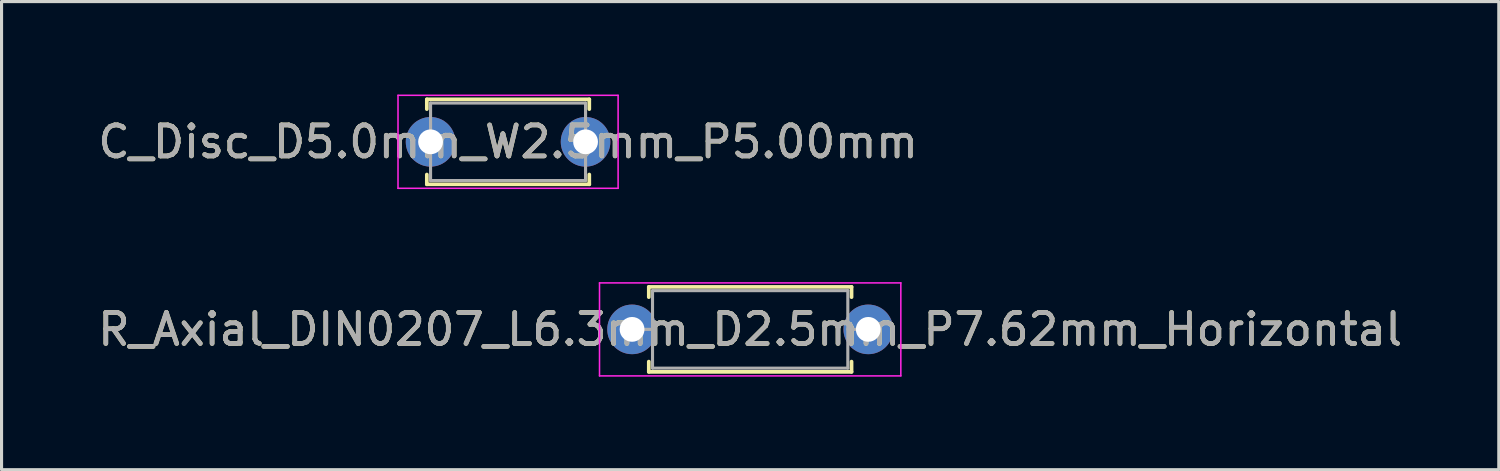
<source format=kicad_pcb>
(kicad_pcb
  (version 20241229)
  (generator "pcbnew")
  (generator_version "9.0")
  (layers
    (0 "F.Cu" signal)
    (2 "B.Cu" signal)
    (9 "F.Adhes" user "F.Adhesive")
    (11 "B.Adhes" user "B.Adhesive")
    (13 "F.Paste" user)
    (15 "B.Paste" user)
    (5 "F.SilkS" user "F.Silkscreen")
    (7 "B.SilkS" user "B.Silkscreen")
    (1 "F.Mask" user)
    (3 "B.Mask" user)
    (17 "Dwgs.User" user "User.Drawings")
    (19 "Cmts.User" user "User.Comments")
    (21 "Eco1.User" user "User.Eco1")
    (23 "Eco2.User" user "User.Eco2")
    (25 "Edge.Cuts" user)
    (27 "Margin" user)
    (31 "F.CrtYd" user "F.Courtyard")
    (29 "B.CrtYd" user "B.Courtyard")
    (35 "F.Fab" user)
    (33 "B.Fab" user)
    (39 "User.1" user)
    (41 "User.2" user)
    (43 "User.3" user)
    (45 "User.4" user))
  (footprint "C_Disc_D5.0mm_W2.5mm_P5.00mm"
    (layer "F.Cu")
    (at 10.839 1.525)
    (property "Reference" "C_Disc_D5.0mm_W2.5mm_P5.00mm" (at 2.5 0 180) (layer "F.SilkS") (effects (font (size 1 1) (thickness 0.15))))
    (attr through_hole)
    (fp_line (start -0.12 -1.37) (end -0.12 -1.055) (stroke (width 0.12) (type solid)) (layer "F.SilkS"))
    (fp_line (start -0.12 -1.37) (end 5.12 -1.37) (stroke (width 0.12) (type solid)) (layer "F.SilkS"))
    (fp_line (start -0.12 1.055) (end -0.12 1.37) (stroke (width 0.12) (type solid)) (layer "F.SilkS"))
    (fp_line (start -0.12 1.37) (end 5.12 1.37) (stroke (width 0.12) (type solid)) (layer "F.SilkS"))
    (fp_line (start 5.12 -1.37) (end 5.12 -1.055) (stroke (width 0.12) (type solid)) (layer "F.SilkS"))
    (fp_line (start 5.12 1.055) (end 5.12 1.37) (stroke (width 0.12) (type solid)) (layer "F.SilkS"))
    (fp_line (start -1.05 -1.5) (end -1.05 1.5) (stroke (width 0.05) (type solid)) (layer "F.CrtYd"))
    (fp_line (start -1.05 1.5) (end 6.05 1.5) (stroke (width 0.05) (type solid)) (layer "F.CrtYd"))
    (fp_line (start 6.05 -1.5) (end -1.05 -1.5) (stroke (width 0.05) (type solid)) (layer "F.CrtYd"))
    (fp_line (start 6.05 1.5) (end 6.05 -1.5) (stroke (width 0.05) (type solid)) (layer "F.CrtYd"))
    (fp_line (start 0 -1.25) (end 0 1.25) (stroke (width 0.1) (type solid)) (layer "F.Fab"))
    (fp_line (start 0 1.25) (end 5 1.25) (stroke (width 0.1) (type solid)) (layer "F.Fab"))
    (fp_line (start 5 -1.25) (end 0 -1.25) (stroke (width 0.1) (type solid)) (layer "F.Fab"))
    (fp_line (start 5 1.25) (end 5 -1.25) (stroke (width 0.1) (type solid)) (layer "F.Fab"))
    (fp_text user "${REFERENCE}" (at 2.5 0 180) (layer "F.Fab") (effects (font (size 1 1) (thickness 0.15))))
    (pad "1" thru_hole circle (at 0 0) (size 1.6 1.6) (drill 0.8) (layers "*.Cu" "*.Mask"))
    (pad "2" thru_hole circle (at 5 0) (size 1.6 1.6) (drill 0.8) (layers "*.Cu" "*.Mask")))
  (footprint "R_Axial_DIN0207_L6.3mm_D2.5mm_P7.62mm_Horizontal"
    (layer "F.Cu")
    (at 17.339 7.575)
    (property "Reference" "R_Axial_DIN0207_L6.3mm_D2.5mm_P7.62mm_Horizontal" (at 3.81 0 0) (layer "F.SilkS") (effects (font (size 1 1) (thickness 0.15))))
    (attr through_hole)
    (fp_line (start 0.54 -1.37) (end 7.08 -1.37) (stroke (width 0.12) (type solid)) (layer "F.SilkS"))
    (fp_line (start 0.54 -1.04) (end 0.54 -1.37) (stroke (width 0.12) (type solid)) (layer "F.SilkS"))
    (fp_line (start 0.54 1.04) (end 0.54 1.37) (stroke (width 0.12) (type solid)) (layer "F.SilkS"))
    (fp_line (start 0.54 1.37) (end 7.08 1.37) (stroke (width 0.12) (type solid)) (layer "F.SilkS"))
    (fp_line (start 7.08 -1.37) (end 7.08 -1.04) (stroke (width 0.12) (type solid)) (layer "F.SilkS"))
    (fp_line (start 7.08 1.37) (end 7.08 1.04) (stroke (width 0.12) (type solid)) (layer "F.SilkS"))
    (fp_line (start -1.05 -1.5) (end -1.05 1.5) (stroke (width 0.05) (type solid)) (layer "F.CrtYd"))
    (fp_line (start -1.05 1.5) (end 8.67 1.5) (stroke (width 0.05) (type solid)) (layer "F.CrtYd"))
    (fp_line (start 8.67 -1.5) (end -1.05 -1.5) (stroke (width 0.05) (type solid)) (layer "F.CrtYd"))
    (fp_line (start 8.67 1.5) (end 8.67 -1.5) (stroke (width 0.05) (type solid)) (layer "F.CrtYd"))
    (fp_line (start 0 0) (end 0.66 0) (stroke (width 0.1) (type solid)) (layer "F.Fab"))
    (fp_line (start 0.66 -1.25) (end 0.66 1.25) (stroke (width 0.1) (type solid)) (layer "F.Fab"))
    (fp_line (start 0.66 1.25) (end 6.96 1.25) (stroke (width 0.1) (type solid)) (layer "F.Fab"))
    (fp_line (start 6.96 -1.25) (end 0.66 -1.25) (stroke (width 0.1) (type solid)) (layer "F.Fab"))
    (fp_line (start 6.96 1.25) (end 6.96 -1.25) (stroke (width 0.1) (type solid)) (layer "F.Fab"))
    (fp_line (start 7.62 0) (end 6.96 0) (stroke (width 0.1) (type solid)) (layer "F.Fab"))
    (fp_text user "${REFERENCE}" (at 3.81 0 0) (layer "F.Fab") (effects (font (size 1 1) (thickness 0.15))))
    (pad "1" thru_hole circle (at 0 0) (size 1.6 1.6) (drill 0.8) (layers "*.Cu" "*.Mask"))
    (pad "2" thru_hole oval (at 7.62 0) (size 1.6 1.6) (drill 0.8) (layers "*.Cu" "*.Mask")))
  (gr_rect
    (start -3 -3)
    (end 45.298 12.1)
    (stroke (width 0.1) (type default))
    (fill no)
    (layer "Edge.Cuts")))
</source>
